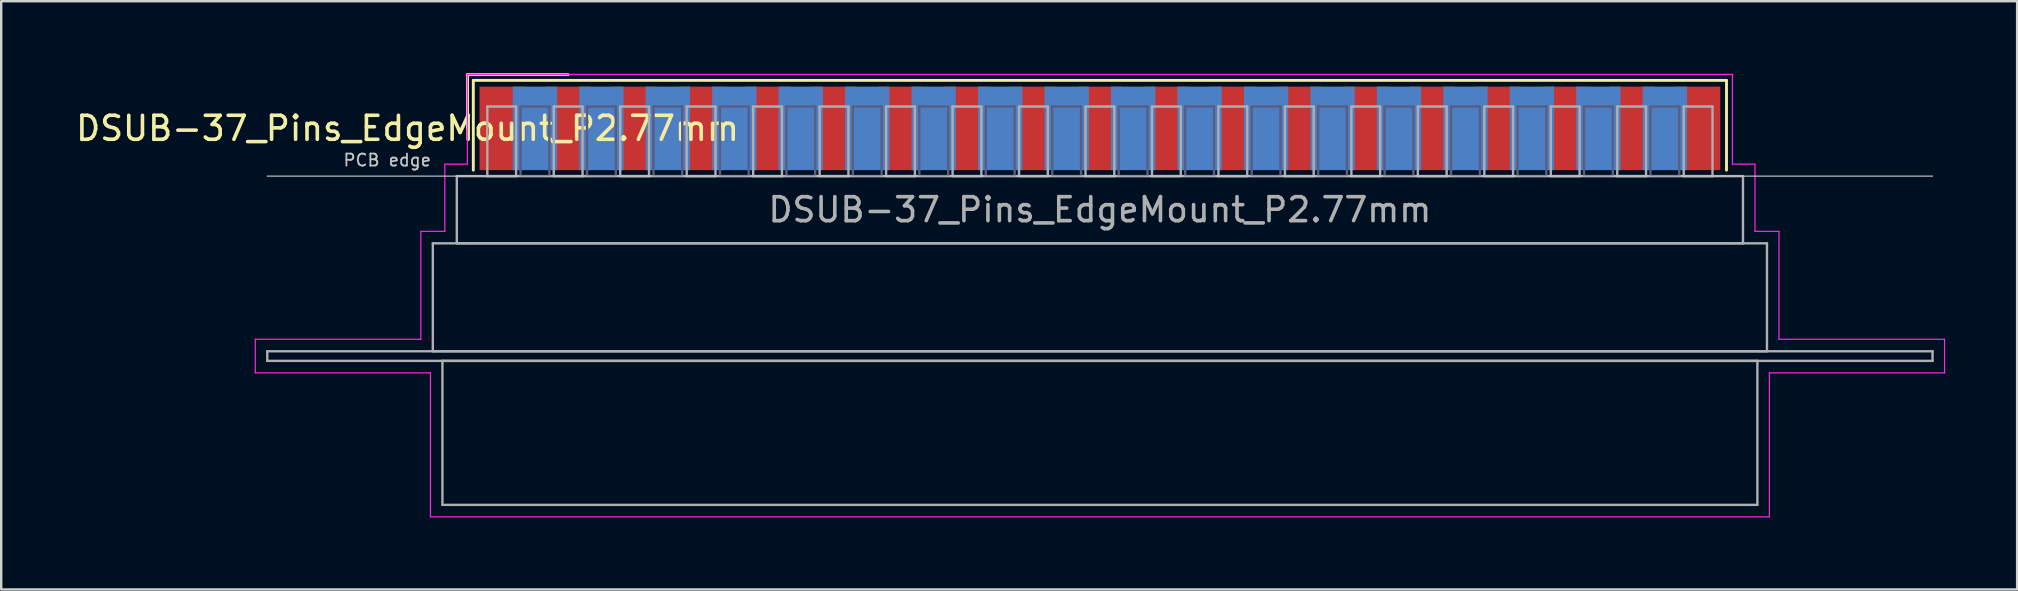
<source format=kicad_pcb>
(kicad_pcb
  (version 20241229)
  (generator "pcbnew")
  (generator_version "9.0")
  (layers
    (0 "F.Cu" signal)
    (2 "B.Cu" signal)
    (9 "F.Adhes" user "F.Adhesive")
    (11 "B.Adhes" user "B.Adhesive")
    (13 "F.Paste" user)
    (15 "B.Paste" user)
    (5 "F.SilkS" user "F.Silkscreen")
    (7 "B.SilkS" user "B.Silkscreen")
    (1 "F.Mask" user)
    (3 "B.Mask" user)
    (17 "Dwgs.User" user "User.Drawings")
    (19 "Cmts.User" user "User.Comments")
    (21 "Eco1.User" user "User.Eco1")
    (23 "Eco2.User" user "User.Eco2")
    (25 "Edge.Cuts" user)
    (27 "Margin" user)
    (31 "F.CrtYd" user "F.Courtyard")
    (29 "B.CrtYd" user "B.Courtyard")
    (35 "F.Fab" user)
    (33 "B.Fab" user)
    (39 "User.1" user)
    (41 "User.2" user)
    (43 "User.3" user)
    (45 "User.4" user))
  (footprint "DSUB-37_Pins_EdgeMount_P2.77mm"
    (layer "F.Cu")
    (at 42.788 2.3)
    (property "Reference" "DSUB-37_Pins_EdgeMount_P2.77mm" (at -28.853 0 0) (layer "F.SilkS") (effects (font (size 1 1) (thickness 0.15))))
    (attr smd)
    (fp_line (start -26.353 -2.24) (end -22.16 -2.24) (stroke (width 0.12) (type solid)) (layer "F.SilkS"))
    (fp_line (start -26.353 0) (end -26.353 -2.24) (stroke (width 0.12) (type solid)) (layer "F.SilkS"))
    (fp_line (start -26.113 -2) (end -26.113 1.74) (stroke (width 0.12) (type solid)) (layer "F.SilkS"))
    (fp_line (start 26.113 -2) (end -26.113 -2) (stroke (width 0.12) (type solid)) (layer "F.SilkS"))
    (fp_line (start 26.113 1.74) (end 26.113 -2) (stroke (width 0.12) (type solid)) (layer "F.SilkS"))
    (fp_line (start -34.7 1.99) (end 34.7 1.99) (stroke (width 0.05) (type solid)) (layer "Dwgs.User"))
    (fp_line (start -35.2 8.79) (end -28.3 8.79) (stroke (width 0.05) (type solid)) (layer "F.CrtYd"))
    (fp_line (start -35.2 10.19) (end -35.2 8.79) (stroke (width 0.05) (type solid)) (layer "F.CrtYd"))
    (fp_line (start -28.3 4.29) (end -27.3 4.29) (stroke (width 0.05) (type solid)) (layer "F.CrtYd"))
    (fp_line (start -28.3 8.79) (end -28.3 4.29) (stroke (width 0.05) (type solid)) (layer "F.CrtYd"))
    (fp_line (start -27.9 10.19) (end -35.2 10.19) (stroke (width 0.05) (type solid)) (layer "F.CrtYd"))
    (fp_line (start -27.9 16.19) (end -27.9 10.19) (stroke (width 0.05) (type solid)) (layer "F.CrtYd"))
    (fp_line (start -27.3 1.49) (end -26.36 1.49) (stroke (width 0.05) (type solid)) (layer "F.CrtYd"))
    (fp_line (start -27.3 4.29) (end -27.3 1.49) (stroke (width 0.05) (type solid)) (layer "F.CrtYd"))
    (fp_line (start -26.36 -2.25) (end 26.36 -2.25) (stroke (width 0.05) (type solid)) (layer "F.CrtYd"))
    (fp_line (start -26.36 1.49) (end -26.36 -2.25) (stroke (width 0.05) (type solid)) (layer "F.CrtYd"))
    (fp_line (start 26.36 -2.25) (end 26.36 1.49) (stroke (width 0.05) (type solid)) (layer "F.CrtYd"))
    (fp_line (start 26.36 1.49) (end 27.3 1.49) (stroke (width 0.05) (type solid)) (layer "F.CrtYd"))
    (fp_line (start 27.3 1.49) (end 27.3 4.29) (stroke (width 0.05) (type solid)) (layer "F.CrtYd"))
    (fp_line (start 27.3 4.29) (end 28.3 4.29) (stroke (width 0.05) (type solid)) (layer "F.CrtYd"))
    (fp_line (start 27.9 10.19) (end 27.9 16.19) (stroke (width 0.05) (type solid)) (layer "F.CrtYd"))
    (fp_line (start 27.9 16.19) (end -27.9 16.19) (stroke (width 0.05) (type solid)) (layer "F.CrtYd"))
    (fp_line (start 28.3 4.29) (end 28.3 8.79) (stroke (width 0.05) (type solid)) (layer "F.CrtYd"))
    (fp_line (start 28.3 8.79) (end 35.2 8.79) (stroke (width 0.05) (type solid)) (layer "F.CrtYd"))
    (fp_line (start 35.2 8.79) (end 35.2 10.19) (stroke (width 0.05) (type solid)) (layer "F.CrtYd"))
    (fp_line (start 35.2 10.19) (end 27.9 10.19) (stroke (width 0.05) (type solid)) (layer "F.CrtYd"))
    (fp_line (start -24.145 -0.91) (end -24.145 1.99) (stroke (width 0.1) (type solid)) (layer "B.Fab"))
    (fp_line (start -24.145 1.99) (end -22.945 1.99) (stroke (width 0.1) (type solid)) (layer "B.Fab"))
    (fp_line (start -22.945 -0.91) (end -24.145 -0.91) (stroke (width 0.1) (type solid)) (layer "B.Fab"))
    (fp_line (start -22.945 1.99) (end -22.945 -0.91) (stroke (width 0.1) (type solid)) (layer "B.Fab"))
    (fp_line (start -21.375 -0.91) (end -21.375 1.99) (stroke (width 0.1) (type solid)) (layer "B.Fab"))
    (fp_line (start -21.375 1.99) (end -20.175 1.99) (stroke (width 0.1) (type solid)) (layer "B.Fab"))
    (fp_line (start -20.175 -0.91) (end -21.375 -0.91) (stroke (width 0.1) (type solid)) (layer "B.Fab"))
    (fp_line (start -20.175 1.99) (end -20.175 -0.91) (stroke (width 0.1) (type solid)) (layer "B.Fab"))
    (fp_line (start -18.605 -0.91) (end -18.605 1.99) (stroke (width 0.1) (type solid)) (layer "B.Fab"))
    (fp_line (start -18.605 1.99) (end -17.405 1.99) (stroke (width 0.1) (type solid)) (layer "B.Fab"))
    (fp_line (start -17.405 -0.91) (end -18.605 -0.91) (stroke (width 0.1) (type solid)) (layer "B.Fab"))
    (fp_line (start -17.405 1.99) (end -17.405 -0.91) (stroke (width 0.1) (type solid)) (layer "B.Fab"))
    (fp_line (start -15.835 -0.91) (end -15.835 1.99) (stroke (width 0.1) (type solid)) (layer "B.Fab"))
    (fp_line (start -15.835 1.99) (end -14.635 1.99) (stroke (width 0.1) (type solid)) (layer "B.Fab"))
    (fp_line (start -14.635 -0.91) (end -15.835 -0.91) (stroke (width 0.1) (type solid)) (layer "B.Fab"))
    (fp_line (start -14.635 1.99) (end -14.635 -0.91) (stroke (width 0.1) (type solid)) (layer "B.Fab"))
    (fp_line (start -13.065 -0.91) (end -13.065 1.99) (stroke (width 0.1) (type solid)) (layer "B.Fab"))
    (fp_line (start -13.065 1.99) (end -11.865 1.99) (stroke (width 0.1) (type solid)) (layer "B.Fab"))
    (fp_line (start -11.865 -0.91) (end -13.065 -0.91) (stroke (width 0.1) (type solid)) (layer "B.Fab"))
    (fp_line (start -11.865 1.99) (end -11.865 -0.91) (stroke (width 0.1) (type solid)) (layer "B.Fab"))
    (fp_line (start -10.295 -0.91) (end -10.295 1.99) (stroke (width 0.1) (type solid)) (layer "B.Fab"))
    (fp_line (start -10.295 1.99) (end -9.095 1.99) (stroke (width 0.1) (type solid)) (layer "B.Fab"))
    (fp_line (start -9.095 -0.91) (end -10.295 -0.91) (stroke (width 0.1) (type solid)) (layer "B.Fab"))
    (fp_line (start -9.095 1.99) (end -9.095 -0.91) (stroke (width 0.1) (type solid)) (layer "B.Fab"))
    (fp_line (start -7.525 -0.91) (end -7.525 1.99) (stroke (width 0.1) (type solid)) (layer "B.Fab"))
    (fp_line (start -7.525 1.99) (end -6.325 1.99) (stroke (width 0.1) (type solid)) (layer "B.Fab"))
    (fp_line (start -6.325 -0.91) (end -7.525 -0.91) (stroke (width 0.1) (type solid)) (layer "B.Fab"))
    (fp_line (start -6.325 1.99) (end -6.325 -0.91) (stroke (width 0.1) (type solid)) (layer "B.Fab"))
    (fp_line (start -4.755 -0.91) (end -4.755 1.99) (stroke (width 0.1) (type solid)) (layer "B.Fab"))
    (fp_line (start -4.755 1.99) (end -3.555 1.99) (stroke (width 0.1) (type solid)) (layer "B.Fab"))
    (fp_line (start -3.555 -0.91) (end -4.755 -0.91) (stroke (width 0.1) (type solid)) (layer "B.Fab"))
    (fp_line (start -3.555 1.99) (end -3.555 -0.91) (stroke (width 0.1) (type solid)) (layer "B.Fab"))
    (fp_line (start -1.985 -0.91) (end -1.985 1.99) (stroke (width 0.1) (type solid)) (layer "B.Fab"))
    (fp_line (start -1.985 1.99) (end -0.785 1.99) (stroke (width 0.1) (type solid)) (layer "B.Fab"))
    (fp_line (start -0.785 -0.91) (end -1.985 -0.91) (stroke (width 0.1) (type solid)) (layer "B.Fab"))
    (fp_line (start -0.785 1.99) (end -0.785 -0.91) (stroke (width 0.1) (type solid)) (layer "B.Fab"))
    (fp_line (start 0.785 -0.91) (end 0.785 1.99) (stroke (width 0.1) (type solid)) (layer "B.Fab"))
    (fp_line (start 0.785 1.99) (end 1.985 1.99) (stroke (width 0.1) (type solid)) (layer "B.Fab"))
    (fp_line (start 1.985 -0.91) (end 0.785 -0.91) (stroke (width 0.1) (type solid)) (layer "B.Fab"))
    (fp_line (start 1.985 1.99) (end 1.985 -0.91) (stroke (width 0.1) (type solid)) (layer "B.Fab"))
    (fp_line (start 3.555 -0.91) (end 3.555 1.99) (stroke (width 0.1) (type solid)) (layer "B.Fab"))
    (fp_line (start 3.555 1.99) (end 4.755 1.99) (stroke (width 0.1) (type solid)) (layer "B.Fab"))
    (fp_line (start 4.755 -0.91) (end 3.555 -0.91) (stroke (width 0.1) (type solid)) (layer "B.Fab"))
    (fp_line (start 4.755 1.99) (end 4.755 -0.91) (stroke (width 0.1) (type solid)) (layer "B.Fab"))
    (fp_line (start 6.325 -0.91) (end 6.325 1.99) (stroke (width 0.1) (type solid)) (layer "B.Fab"))
    (fp_line (start 6.325 1.99) (end 7.525 1.99) (stroke (width 0.1) (type solid)) (layer "B.Fab"))
    (fp_line (start 7.525 -0.91) (end 6.325 -0.91) (stroke (width 0.1) (type solid)) (layer "B.Fab"))
    (fp_line (start 7.525 1.99) (end 7.525 -0.91) (stroke (width 0.1) (type solid)) (layer "B.Fab"))
    (fp_line (start 9.095 -0.91) (end 9.095 1.99) (stroke (width 0.1) (type solid)) (layer "B.Fab"))
    (fp_line (start 9.095 1.99) (end 10.295 1.99) (stroke (width 0.1) (type solid)) (layer "B.Fab"))
    (fp_line (start 10.295 -0.91) (end 9.095 -0.91) (stroke (width 0.1) (type solid)) (layer "B.Fab"))
    (fp_line (start 10.295 1.99) (end 10.295 -0.91) (stroke (width 0.1) (type solid)) (layer "B.Fab"))
    (fp_line (start 11.865 -0.91) (end 11.865 1.99) (stroke (width 0.1) (type solid)) (layer "B.Fab"))
    (fp_line (start 11.865 1.99) (end 13.065 1.99) (stroke (width 0.1) (type solid)) (layer "B.Fab"))
    (fp_line (start 13.065 -0.91) (end 11.865 -0.91) (stroke (width 0.1) (type solid)) (layer "B.Fab"))
    (fp_line (start 13.065 1.99) (end 13.065 -0.91) (stroke (width 0.1) (type solid)) (layer "B.Fab"))
    (fp_line (start 14.635 -0.91) (end 14.635 1.99) (stroke (width 0.1) (type solid)) (layer "B.Fab"))
    (fp_line (start 14.635 1.99) (end 15.835 1.99) (stroke (width 0.1) (type solid)) (layer "B.Fab"))
    (fp_line (start 15.835 -0.91) (end 14.635 -0.91) (stroke (width 0.1) (type solid)) (layer "B.Fab"))
    (fp_line (start 15.835 1.99) (end 15.835 -0.91) (stroke (width 0.1) (type solid)) (layer "B.Fab"))
    (fp_line (start 17.405 -0.91) (end 17.405 1.99) (stroke (width 0.1) (type solid)) (layer "B.Fab"))
    (fp_line (start 17.405 1.99) (end 18.605 1.99) (stroke (width 0.1) (type solid)) (layer "B.Fab"))
    (fp_line (start 18.605 -0.91) (end 17.405 -0.91) (stroke (width 0.1) (type solid)) (layer "B.Fab"))
    (fp_line (start 18.605 1.99) (end 18.605 -0.91) (stroke (width 0.1) (type solid)) (layer "B.Fab"))
    (fp_line (start 20.175 -0.91) (end 20.175 1.99) (stroke (width 0.1) (type solid)) (layer "B.Fab"))
    (fp_line (start 20.175 1.99) (end 21.375 1.99) (stroke (width 0.1) (type solid)) (layer "B.Fab"))
    (fp_line (start 21.375 -0.91) (end 20.175 -0.91) (stroke (width 0.1) (type solid)) (layer "B.Fab"))
    (fp_line (start 21.375 1.99) (end 21.375 -0.91) (stroke (width 0.1) (type solid)) (layer "B.Fab"))
    (fp_line (start 22.945 -0.91) (end 22.945 1.99) (stroke (width 0.1) (type solid)) (layer "B.Fab"))
    (fp_line (start 22.945 1.99) (end 24.145 1.99) (stroke (width 0.1) (type solid)) (layer "B.Fab"))
    (fp_line (start 24.145 -0.91) (end 22.945 -0.91) (stroke (width 0.1) (type solid)) (layer "B.Fab"))
    (fp_line (start 24.145 1.99) (end 24.145 -0.91) (stroke (width 0.1) (type solid)) (layer "B.Fab"))
    (fp_line (start -34.7 9.29) (end -34.7 9.69) (stroke (width 0.1) (type solid)) (layer "F.Fab"))
    (fp_line (start -34.7 9.69) (end 34.7 9.69) (stroke (width 0.1) (type solid)) (layer "F.Fab"))
    (fp_line (start -27.8 4.79) (end -27.8 9.29) (stroke (width 0.1) (type solid)) (layer "F.Fab"))
    (fp_line (start -27.8 9.29) (end 27.8 9.29) (stroke (width 0.1) (type solid)) (layer "F.Fab"))
    (fp_line (start -27.4 9.69) (end -27.4 15.69) (stroke (width 0.1) (type solid)) (layer "F.Fab"))
    (fp_line (start -27.4 15.69) (end 27.4 15.69) (stroke (width 0.1) (type solid)) (layer "F.Fab"))
    (fp_line (start -26.8 1.99) (end -26.8 4.79) (stroke (width 0.1) (type solid)) (layer "F.Fab"))
    (fp_line (start -26.8 4.79) (end 26.8 4.79) (stroke (width 0.1) (type solid)) (layer "F.Fab"))
    (fp_line (start -25.53 -0.91) (end -25.53 1.99) (stroke (width 0.1) (type solid)) (layer "F.Fab"))
    (fp_line (start -25.53 1.99) (end -24.33 1.99) (stroke (width 0.1) (type solid)) (layer "F.Fab"))
    (fp_line (start -24.33 -0.91) (end -25.53 -0.91) (stroke (width 0.1) (type solid)) (layer "F.Fab"))
    (fp_line (start -24.33 1.99) (end -24.33 -0.91) (stroke (width 0.1) (type solid)) (layer "F.Fab"))
    (fp_line (start -22.76 -0.91) (end -22.76 1.99) (stroke (width 0.1) (type solid)) (layer "F.Fab"))
    (fp_line (start -22.76 1.99) (end -21.56 1.99) (stroke (width 0.1) (type solid)) (layer "F.Fab"))
    (fp_line (start -21.56 -0.91) (end -22.76 -0.91) (stroke (width 0.1) (type solid)) (layer "F.Fab"))
    (fp_line (start -21.56 1.99) (end -21.56 -0.91) (stroke (width 0.1) (type solid)) (layer "F.Fab"))
    (fp_line (start -19.99 -0.91) (end -19.99 1.99) (stroke (width 0.1) (type solid)) (layer "F.Fab"))
    (fp_line (start -19.99 1.99) (end -18.79 1.99) (stroke (width 0.1) (type solid)) (layer "F.Fab"))
    (fp_line (start -18.79 -0.91) (end -19.99 -0.91) (stroke (width 0.1) (type solid)) (layer "F.Fab"))
    (fp_line (start -18.79 1.99) (end -18.79 -0.91) (stroke (width 0.1) (type solid)) (layer "F.Fab"))
    (fp_line (start -17.22 -0.91) (end -17.22 1.99) (stroke (width 0.1) (type solid)) (layer "F.Fab"))
    (fp_line (start -17.22 1.99) (end -16.02 1.99) (stroke (width 0.1) (type solid)) (layer "F.Fab"))
    (fp_line (start -16.02 -0.91) (end -17.22 -0.91) (stroke (width 0.1) (type solid)) (layer "F.Fab"))
    (fp_line (start -16.02 1.99) (end -16.02 -0.91) (stroke (width 0.1) (type solid)) (layer "F.Fab"))
    (fp_line (start -14.45 -0.91) (end -14.45 1.99) (stroke (width 0.1) (type solid)) (layer "F.Fab"))
    (fp_line (start -14.45 1.99) (end -13.25 1.99) (stroke (width 0.1) (type solid)) (layer "F.Fab"))
    (fp_line (start -13.25 -0.91) (end -14.45 -0.91) (stroke (width 0.1) (type solid)) (layer "F.Fab"))
    (fp_line (start -13.25 1.99) (end -13.25 -0.91) (stroke (width 0.1) (type solid)) (layer "F.Fab"))
    (fp_line (start -11.68 -0.91) (end -11.68 1.99) (stroke (width 0.1) (type solid)) (layer "F.Fab"))
    (fp_line (start -11.68 1.99) (end -10.48 1.99) (stroke (width 0.1) (type solid)) (layer "F.Fab"))
    (fp_line (start -10.48 -0.91) (end -11.68 -0.91) (stroke (width 0.1) (type solid)) (layer "F.Fab"))
    (fp_line (start -10.48 1.99) (end -10.48 -0.91) (stroke (width 0.1) (type solid)) (layer "F.Fab"))
    (fp_line (start -8.91 -0.91) (end -8.91 1.99) (stroke (width 0.1) (type solid)) (layer "F.Fab"))
    (fp_line (start -8.91 1.99) (end -7.71 1.99) (stroke (width 0.1) (type solid)) (layer "F.Fab"))
    (fp_line (start -7.71 -0.91) (end -8.91 -0.91) (stroke (width 0.1) (type solid)) (layer "F.Fab"))
    (fp_line (start -7.71 1.99) (end -7.71 -0.91) (stroke (width 0.1) (type solid)) (layer "F.Fab"))
    (fp_line (start -6.14 -0.91) (end -6.14 1.99) (stroke (width 0.1) (type solid)) (layer "F.Fab"))
    (fp_line (start -6.14 1.99) (end -4.94 1.99) (stroke (width 0.1) (type solid)) (layer "F.Fab"))
    (fp_line (start -4.94 -0.91) (end -6.14 -0.91) (stroke (width 0.1) (type solid)) (layer "F.Fab"))
    (fp_line (start -4.94 1.99) (end -4.94 -0.91) (stroke (width 0.1) (type solid)) (layer "F.Fab"))
    (fp_line (start -3.37 -0.91) (end -3.37 1.99) (stroke (width 0.1) (type solid)) (layer "F.Fab"))
    (fp_line (start -3.37 1.99) (end -2.17 1.99) (stroke (width 0.1) (type solid)) (layer "F.Fab"))
    (fp_line (start -2.17 -0.91) (end -3.37 -0.91) (stroke (width 0.1) (type solid)) (layer "F.Fab"))
    (fp_line (start -2.17 1.99) (end -2.17 -0.91) (stroke (width 0.1) (type solid)) (layer "F.Fab"))
    (fp_line (start -0.6 -0.91) (end -0.6 1.99) (stroke (width 0.1) (type solid)) (layer "F.Fab"))
    (fp_line (start -0.6 1.99) (end 0.6 1.99) (stroke (width 0.1) (type solid)) (layer "F.Fab"))
    (fp_line (start 0.6 -0.91) (end -0.6 -0.91) (stroke (width 0.1) (type solid)) (layer "F.Fab"))
    (fp_line (start 0.6 1.99) (end 0.6 -0.91) (stroke (width 0.1) (type solid)) (layer "F.Fab"))
    (fp_line (start 2.17 -0.91) (end 2.17 1.99) (stroke (width 0.1) (type solid)) (layer "F.Fab"))
    (fp_line (start 2.17 1.99) (end 3.37 1.99) (stroke (width 0.1) (type solid)) (layer "F.Fab"))
    (fp_line (start 3.37 -0.91) (end 2.17 -0.91) (stroke (width 0.1) (type solid)) (layer "F.Fab"))
    (fp_line (start 3.37 1.99) (end 3.37 -0.91) (stroke (width 0.1) (type solid)) (layer "F.Fab"))
    (fp_line (start 4.94 -0.91) (end 4.94 1.99) (stroke (width 0.1) (type solid)) (layer "F.Fab"))
    (fp_line (start 4.94 1.99) (end 6.14 1.99) (stroke (width 0.1) (type solid)) (layer "F.Fab"))
    (fp_line (start 6.14 -0.91) (end 4.94 -0.91) (stroke (width 0.1) (type solid)) (layer "F.Fab"))
    (fp_line (start 6.14 1.99) (end 6.14 -0.91) (stroke (width 0.1) (type solid)) (layer "F.Fab"))
    (fp_line (start 7.71 -0.91) (end 7.71 1.99) (stroke (width 0.1) (type solid)) (layer "F.Fab"))
    (fp_line (start 7.71 1.99) (end 8.91 1.99) (stroke (width 0.1) (type solid)) (layer "F.Fab"))
    (fp_line (start 8.91 -0.91) (end 7.71 -0.91) (stroke (width 0.1) (type solid)) (layer "F.Fab"))
    (fp_line (start 8.91 1.99) (end 8.91 -0.91) (stroke (width 0.1) (type solid)) (layer "F.Fab"))
    (fp_line (start 10.48 -0.91) (end 10.48 1.99) (stroke (width 0.1) (type solid)) (layer "F.Fab"))
    (fp_line (start 10.48 1.99) (end 11.68 1.99) (stroke (width 0.1) (type solid)) (layer "F.Fab"))
    (fp_line (start 11.68 -0.91) (end 10.48 -0.91) (stroke (width 0.1) (type solid)) (layer "F.Fab"))
    (fp_line (start 11.68 1.99) (end 11.68 -0.91) (stroke (width 0.1) (type solid)) (layer "F.Fab"))
    (fp_line (start 13.25 -0.91) (end 13.25 1.99) (stroke (width 0.1) (type solid)) (layer "F.Fab"))
    (fp_line (start 13.25 1.99) (end 14.45 1.99) (stroke (width 0.1) (type solid)) (layer "F.Fab"))
    (fp_line (start 14.45 -0.91) (end 13.25 -0.91) (stroke (width 0.1) (type solid)) (layer "F.Fab"))
    (fp_line (start 14.45 1.99) (end 14.45 -0.91) (stroke (width 0.1) (type solid)) (layer "F.Fab"))
    (fp_line (start 16.02 -0.91) (end 16.02 1.99) (stroke (width 0.1) (type solid)) (layer "F.Fab"))
    (fp_line (start 16.02 1.99) (end 17.22 1.99) (stroke (width 0.1) (type solid)) (layer "F.Fab"))
    (fp_line (start 17.22 -0.91) (end 16.02 -0.91) (stroke (width 0.1) (type solid)) (layer "F.Fab"))
    (fp_line (start 17.22 1.99) (end 17.22 -0.91) (stroke (width 0.1) (type solid)) (layer "F.Fab"))
    (fp_line (start 18.79 -0.91) (end 18.79 1.99) (stroke (width 0.1) (type solid)) (layer "F.Fab"))
    (fp_line (start 18.79 1.99) (end 19.99 1.99) (stroke (width 0.1) (type solid)) (layer "F.Fab"))
    (fp_line (start 19.99 -0.91) (end 18.79 -0.91) (stroke (width 0.1) (type solid)) (layer "F.Fab"))
    (fp_line (start 19.99 1.99) (end 19.99 -0.91) (stroke (width 0.1) (type solid)) (layer "F.Fab"))
    (fp_line (start 21.56 -0.91) (end 21.56 1.99) (stroke (width 0.1) (type solid)) (layer "F.Fab"))
    (fp_line (start 21.56 1.99) (end 22.76 1.99) (stroke (width 0.1) (type solid)) (layer "F.Fab"))
    (fp_line (start 22.76 -0.91) (end 21.56 -0.91) (stroke (width 0.1) (type solid)) (layer "F.Fab"))
    (fp_line (start 22.76 1.99) (end 22.76 -0.91) (stroke (width 0.1) (type solid)) (layer "F.Fab"))
    (fp_line (start 24.33 -0.91) (end 24.33 1.99) (stroke (width 0.1) (type solid)) (layer "F.Fab"))
    (fp_line (start 24.33 1.99) (end 25.53 1.99) (stroke (width 0.1) (type solid)) (layer "F.Fab"))
    (fp_line (start 25.53 -0.91) (end 24.33 -0.91) (stroke (width 0.1) (type solid)) (layer "F.Fab"))
    (fp_line (start 25.53 1.99) (end 25.53 -0.91) (stroke (width 0.1) (type solid)) (layer "F.Fab"))
    (fp_line (start 26.8 1.99) (end -26.8 1.99) (stroke (width 0.1) (type solid)) (layer "F.Fab"))
    (fp_line (start 26.8 4.79) (end 26.8 1.99) (stroke (width 0.1) (type solid)) (layer "F.Fab"))
    (fp_line (start 27.4 9.69) (end -27.4 9.69) (stroke (width 0.1) (type solid)) (layer "F.Fab"))
    (fp_line (start 27.4 15.69) (end 27.4 9.69) (stroke (width 0.1) (type solid)) (layer "F.Fab"))
    (fp_line (start 27.8 4.79) (end -27.8 4.79) (stroke (width 0.1) (type solid)) (layer "F.Fab"))
    (fp_line (start 27.8 9.29) (end 27.8 4.79) (stroke (width 0.1) (type solid)) (layer "F.Fab"))
    (fp_line (start 34.7 9.29) (end -34.7 9.29) (stroke (width 0.1) (type solid)) (layer "F.Fab"))
    (fp_line (start 34.7 9.69) (end 34.7 9.29) (stroke (width 0.1) (type solid)) (layer "F.Fab"))
    (fp_text user "PCB edge" (at -29.7 1.323 0) (layer "Dwgs.User") (effects (font (size 0.5 0.5) (thickness 0.075))))
    (fp_text user "${REFERENCE}" (at 0 3.39 0) (layer "F.Fab") (effects (font (size 1 1) (thickness 0.15))))
    (pad "1" smd rect (at -24.93 0) (size 1.847 3.48) (layers "F.Cu" "F.Mask" "F.Paste"))
    (pad "2" smd rect (at -22.16 0) (size 1.847 3.48) (layers "F.Cu" "F.Mask" "F.Paste"))
    (pad "3" smd rect (at -19.39 0) (size 1.847 3.48) (layers "F.Cu" "F.Mask" "F.Paste"))
    (pad "4" smd rect (at -16.62 0) (size 1.847 3.48) (layers "F.Cu" "F.Mask" "F.Paste"))
    (pad "5" smd rect (at -13.85 0) (size 1.847 3.48) (layers "F.Cu" "F.Mask" "F.Paste"))
    (pad "6" smd rect (at -11.08 0) (size 1.847 3.48) (layers "F.Cu" "F.Mask" "F.Paste"))
    (pad "7" smd rect (at -8.31 0) (size 1.847 3.48) (layers "F.Cu" "F.Mask" "F.Paste"))
    (pad "8" smd rect (at -5.54 0) (size 1.847 3.48) (layers "F.Cu" "F.Mask" "F.Paste"))
    (pad "9" smd rect (at -2.77 0) (size 1.847 3.48) (layers "F.Cu" "F.Mask" "F.Paste"))
    (pad "10" smd rect (at 0 0) (size 1.847 3.48) (layers "F.Cu" "F.Mask" "F.Paste"))
    (pad "11" smd rect (at 2.77 0) (size 1.847 3.48) (layers "F.Cu" "F.Mask" "F.Paste"))
    (pad "12" smd rect (at 5.54 0) (size 1.847 3.48) (layers "F.Cu" "F.Mask" "F.Paste"))
    (pad "13" smd rect (at 8.31 0) (size 1.847 3.48) (layers "F.Cu" "F.Mask" "F.Paste"))
    (pad "14" smd rect (at 11.08 0) (size 1.847 3.48) (layers "F.Cu" "F.Mask" "F.Paste"))
    (pad "15" smd rect (at 13.85 0) (size 1.847 3.48) (layers "F.Cu" "F.Mask" "F.Paste"))
    (pad "16" smd rect (at 16.62 0) (size 1.847 3.48) (layers "F.Cu" "F.Mask" "F.Paste"))
    (pad "17" smd rect (at 19.39 0) (size 1.847 3.48) (layers "F.Cu" "F.Mask" "F.Paste"))
    (pad "18" smd rect (at 22.16 0) (size 1.847 3.48) (layers "F.Cu" "F.Mask" "F.Paste"))
    (pad "19" smd rect (at 24.93 0) (size 1.847 3.48) (layers "F.Cu" "F.Mask" "F.Paste"))
    (pad "20" smd rect (at -23.545 0) (size 1.847 3.48) (layers "B.Cu" "B.Mask" "B.Paste"))
    (pad "21" smd rect (at -20.775 0) (size 1.847 3.48) (layers "B.Cu" "B.Mask" "B.Paste"))
    (pad "22" smd rect (at -18.005 0) (size 1.847 3.48) (layers "B.Cu" "B.Mask" "B.Paste"))
    (pad "23" smd rect (at -15.235 0) (size 1.847 3.48) (layers "B.Cu" "B.Mask" "B.Paste"))
    (pad "24" smd rect (at -12.465 0) (size 1.847 3.48) (layers "B.Cu" "B.Mask" "B.Paste"))
    (pad "25" smd rect (at -9.695 0) (size 1.847 3.48) (layers "B.Cu" "B.Mask" "B.Paste"))
    (pad "26" smd rect (at -6.925 0) (size 1.847 3.48) (layers "B.Cu" "B.Mask" "B.Paste"))
    (pad "27" smd rect (at -4.155 0) (size 1.847 3.48) (layers "B.Cu" "B.Mask" "B.Paste"))
    (pad "28" smd rect (at -1.385 0) (size 1.847 3.48) (layers "B.Cu" "B.Mask" "B.Paste"))
    (pad "29" smd rect (at 1.385 0) (size 1.847 3.48) (layers "B.Cu" "B.Mask" "B.Paste"))
    (pad "30" smd rect (at 4.155 0) (size 1.847 3.48) (layers "B.Cu" "B.Mask" "B.Paste"))
    (pad "31" smd rect (at 6.925 0) (size 1.847 3.48) (layers "B.Cu" "B.Mask" "B.Paste"))
    (pad "32" smd rect (at 9.695 0) (size 1.847 3.48) (layers "B.Cu" "B.Mask" "B.Paste"))
    (pad "33" smd rect (at 12.465 0) (size 1.847 3.48) (layers "B.Cu" "B.Mask" "B.Paste"))
    (pad "34" smd rect (at 15.235 0) (size 1.847 3.48) (layers "B.Cu" "B.Mask" "B.Paste"))
    (pad "35" smd rect (at 18.005 0) (size 1.847 3.48) (layers "B.Cu" "B.Mask" "B.Paste"))
    (pad "36" smd rect (at 20.775 0) (size 1.847 3.48) (layers "B.Cu" "B.Mask" "B.Paste"))
    (pad "37" smd rect (at 23.545 0) (size 1.847 3.48) (layers "B.Cu" "B.Mask" "B.Paste")))
  (gr_rect
    (start -3 -3)
    (end 81.013 21.515)
    (stroke (width 0.1) (type default))
    (fill no)
    (layer "Edge.Cuts")))
</source>
